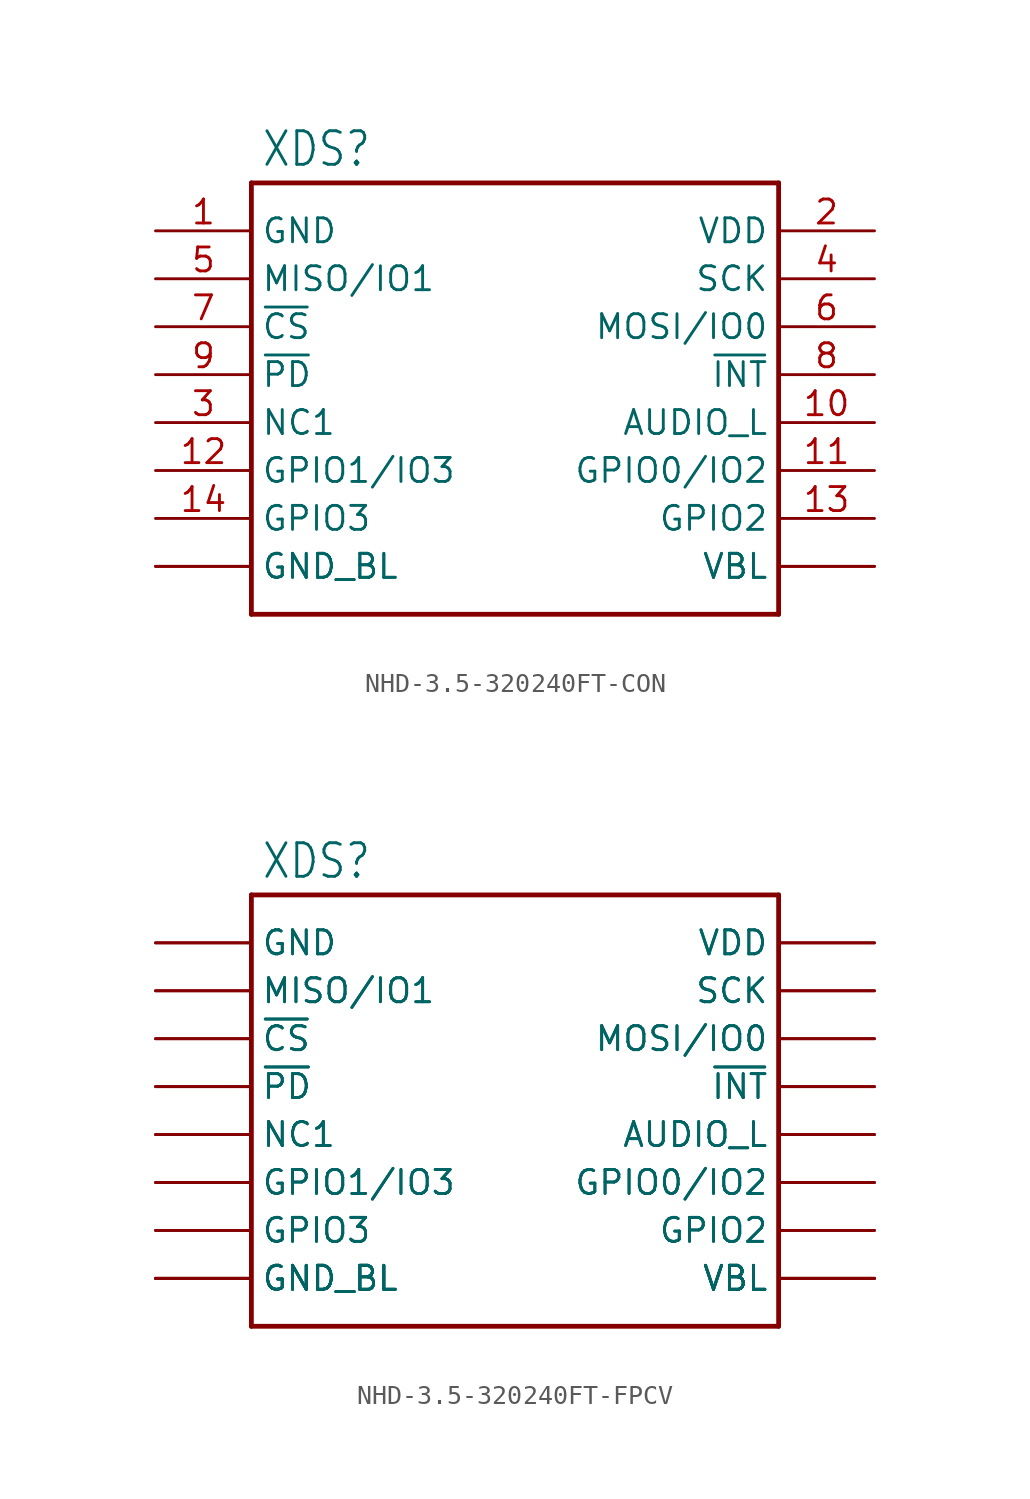
<source format=kicad_sym>
(kicad_symbol_lib
  (version 20231120)
  (generator "kicad_symbol_editor")
  (generator_version "8.0")
  (symbol "NHD-3.5-320240FT-CON"
    (property "Reference" "XDS"
      (at -12.192 16.002 0)
      (effects (font (size 1.778 1.511)) (justify left bottom)))
    (property "Value" ""
      (at 5.334 16.002 0)
      (effects (font (size 1.778 1.511)) (justify left bottom)))
    (property "ki_locked" ""
      (at 0 0 0)
      (effects (font (size 1.27 1.27))))
    (symbol "NHD-3.5-320240FT-CON_1_0"
      (polyline (pts (xy -12.7 -7.62) (xy 15.24 -7.62)) (stroke (width 0.254) (type solid)) (fill (type none)))
      (polyline (pts (xy -12.7 15.24) (xy -12.7 -7.62)) (stroke (width 0.254) (type solid)) (fill (type none)))
      (polyline (pts (xy 15.24 -7.62) (xy 15.24 15.24)) (stroke (width 0.254) (type solid)) (fill (type none)))
      (polyline (pts (xy 15.24 15.24) (xy -12.7 15.24)) (stroke (width 0.254) (type solid)) (fill (type none)))
      (pin power_in line (at -17.78 12.7 0) (length 5.08) (name "GND" (effects (font (size 1.27 1.27)))) (number "1" (effects (font (size 1.27 1.27)))))
      (pin bidirectional line (at 20.32 2.54 180) (length 5.08) (name "AUDIO_L" (effects (font (size 1.27 1.27)))) (number "10" (effects (font (size 1.27 1.27)))))
      (pin bidirectional line (at 20.32 0 180) (length 5.08) (name "GPIO0/IO2" (effects (font (size 1.27 1.27)))) (number "11" (effects (font (size 1.27 1.27)))))
      (pin bidirectional line (at -17.78 0 0) (length 5.08) (name "GPIO1/IO3" (effects (font (size 1.27 1.27)))) (number "12" (effects (font (size 1.27 1.27)))))
      (pin bidirectional line (at 20.32 -2.54 180) (length 5.08) (name "GPIO2" (effects (font (size 1.27 1.27)))) (number "13" (effects (font (size 1.27 1.27)))))
      (pin bidirectional line (at -17.78 -2.54 0) (length 5.08) (name "GPIO3" (effects (font (size 1.27 1.27)))) (number "14" (effects (font (size 1.27 1.27)))))
      (pin power_in line (at 20.32 -5.08 180) (length 5.08) (name "VBL" (effects (font (size 1.27 1.27)))) (number "15" (effects (font (size 0 0)))))
      (pin bidirectional line (at -17.78 -5.08 0) (length 5.08) (name "GND_BL" (effects (font (size 1.27 1.27)))) (number "16" (effects (font (size 0 0)))))
      (pin power_in line (at 20.32 -5.08 180) (length 5.08) (name "VBL" (effects (font (size 1.27 1.27)))) (number "17" (effects (font (size 0 0)))))
      (pin bidirectional line (at -17.78 -5.08 0) (length 5.08) (name "GND_BL" (effects (font (size 1.27 1.27)))) (number "18" (effects (font (size 0 0)))))
      (pin power_in line (at 20.32 12.7 180) (length 5.08) (name "VDD" (effects (font (size 1.27 1.27)))) (number "2" (effects (font (size 1.27 1.27)))))
      (pin bidirectional line (at -17.78 2.54 0) (length 5.08) (name "NC1" (effects (font (size 1.27 1.27)))) (number "3" (effects (font (size 1.27 1.27)))))
      (pin bidirectional line (at 20.32 10.16 180) (length 5.08) (name "SCK" (effects (font (size 1.27 1.27)))) (number "4" (effects (font (size 1.27 1.27)))))
      (pin bidirectional line (at -17.78 10.16 0) (length 5.08) (name "MISO/IO1" (effects (font (size 1.27 1.27)))) (number "5" (effects (font (size 1.27 1.27)))))
      (pin bidirectional line (at 20.32 7.62 180) (length 5.08) (name "MOSI/IO0" (effects (font (size 1.27 1.27)))) (number "6" (effects (font (size 1.27 1.27)))))
      (pin bidirectional line (at -17.78 7.62 0) (length 5.08) (name "~{CS}" (effects (font (size 1.27 1.27)))) (number "7" (effects (font (size 1.27 1.27)))))
      (pin bidirectional line (at 20.32 5.08 180) (length 5.08) (name "~{INT}" (effects (font (size 1.27 1.27)))) (number "8" (effects (font (size 1.27 1.27)))))
      (pin bidirectional line (at -17.78 5.08 0) (length 5.08) (name "~{PD}" (effects (font (size 1.27 1.27)))) (number "9" (effects (font (size 1.27 1.27)))))))
  (symbol "NHD-3.5-320240FT-FPCV"
    (property "Reference" "XDS"
      (at -12.192 16.002 0)
      (effects (font (size 1.778 1.511)) (justify left bottom)))
    (property "Value" ""
      (at 5.334 16.002 0)
      (effects (font (size 1.778 1.511)) (justify left bottom)))
    (property "ki_locked" ""
      (at 0 0 0)
      (effects (font (size 1.27 1.27))))
    (symbol "NHD-3.5-320240FT-FPCV_1_0"
      (polyline (pts (xy -12.7 -7.62) (xy 15.24 -7.62)) (stroke (width 0.254) (type solid)) (fill (type none)))
      (polyline (pts (xy -12.7 15.24) (xy -12.7 -7.62)) (stroke (width 0.254) (type solid)) (fill (type none)))
      (polyline (pts (xy 15.24 -7.62) (xy 15.24 15.24)) (stroke (width 0.254) (type solid)) (fill (type none)))
      (polyline (pts (xy 15.24 15.24) (xy -12.7 15.24)) (stroke (width 0.254) (type solid)) (fill (type none)))
      (pin power_in line (at 20.32 12.7 180) (length 5.08) (name "VDD" (effects (font (size 1.27 1.27)))) (number "A1" (effects (font (size 0 0)))))
      (pin bidirectional line (at -17.78 2.54 0) (length 5.08) (name "NC1" (effects (font (size 1.27 1.27)))) (number "A10" (effects (font (size 0 0)))))
      (pin bidirectional line (at 20.32 0 180) (length 5.08) (name "GPIO0/IO2" (effects (font (size 1.27 1.27)))) (number "A11" (effects (font (size 0 0)))))
      (pin bidirectional line (at -17.78 0 0) (length 5.08) (name "GPIO1/IO3" (effects (font (size 1.27 1.27)))) (number "A12" (effects (font (size 0 0)))))
      (pin bidirectional line (at 20.32 -2.54 180) (length 5.08) (name "GPIO2" (effects (font (size 1.27 1.27)))) (number "A13" (effects (font (size 0 0)))))
      (pin bidirectional line (at -17.78 -2.54 0) (length 5.08) (name "GPIO3" (effects (font (size 1.27 1.27)))) (number "A14" (effects (font (size 0 0)))))
      (pin power_in line (at 20.32 -5.08 180) (length 5.08) (name "VBL" (effects (font (size 1.27 1.27)))) (number "A17" (effects (font (size 0 0)))))
      (pin power_in line (at 20.32 -5.08 180) (length 5.08) (name "VBL" (effects (font (size 1.27 1.27)))) (number "A18" (effects (font (size 0 0)))))
      (pin bidirectional line (at -17.78 -5.08 0) (length 5.08) (name "GND_BL" (effects (font (size 1.27 1.27)))) (number "A19" (effects (font (size 0 0)))))
      (pin power_in line (at -17.78 12.7 0) (length 5.08) (name "GND" (effects (font (size 1.27 1.27)))) (number "A2" (effects (font (size 0 0)))))
      (pin bidirectional line (at -17.78 -5.08 0) (length 5.08) (name "GND_BL" (effects (font (size 1.27 1.27)))) (number "A20" (effects (font (size 0 0)))))
      (pin bidirectional line (at 20.32 10.16 180) (length 5.08) (name "SCK" (effects (font (size 1.27 1.27)))) (number "A3" (effects (font (size 0 0)))))
      (pin bidirectional line (at -17.78 10.16 0) (length 5.08) (name "MISO/IO1" (effects (font (size 1.27 1.27)))) (number "A4" (effects (font (size 0 0)))))
      (pin bidirectional line (at 20.32 7.62 180) (length 5.08) (name "MOSI/IO0" (effects (font (size 1.27 1.27)))) (number "A5" (effects (font (size 0 0)))))
      (pin bidirectional line (at -17.78 7.62 0) (length 5.08) (name "~{CS}" (effects (font (size 1.27 1.27)))) (number "A6" (effects (font (size 0 0)))))
      (pin bidirectional line (at 20.32 5.08 180) (length 5.08) (name "~{INT}" (effects (font (size 1.27 1.27)))) (number "A7" (effects (font (size 0 0)))))
      (pin bidirectional line (at -17.78 5.08 0) (length 5.08) (name "~{PD}" (effects (font (size 1.27 1.27)))) (number "A8" (effects (font (size 0 0)))))
      (pin bidirectional line (at 20.32 2.54 180) (length 5.08) (name "AUDIO_L" (effects (font (size 1.27 1.27)))) (number "A9" (effects (font (size 0 0)))))
      (pin power_in line (at 20.32 12.7 180) (length 5.08) (name "VDD" (effects (font (size 1.27 1.27)))) (number "B1" (effects (font (size 0 0)))))
      (pin bidirectional line (at -17.78 2.54 0) (length 5.08) (name "NC1" (effects (font (size 1.27 1.27)))) (number "B10" (effects (font (size 0 0)))))
      (pin bidirectional line (at 20.32 0 180) (length 5.08) (name "GPIO0/IO2" (effects (font (size 1.27 1.27)))) (number "B11" (effects (font (size 0 0)))))
      (pin bidirectional line (at -17.78 0 0) (length 5.08) (name "GPIO1/IO3" (effects (font (size 1.27 1.27)))) (number "B12" (effects (font (size 0 0)))))
      (pin bidirectional line (at 20.32 -2.54 180) (length 5.08) (name "GPIO2" (effects (font (size 1.27 1.27)))) (number "B13" (effects (font (size 0 0)))))
      (pin bidirectional line (at -17.78 -2.54 0) (length 5.08) (name "GPIO3" (effects (font (size 1.27 1.27)))) (number "B14" (effects (font (size 0 0)))))
      (pin power_in line (at 20.32 -5.08 180) (length 5.08) (name "VBL" (effects (font (size 1.27 1.27)))) (number "B17" (effects (font (size 0 0)))))
      (pin power_in line (at 20.32 -5.08 180) (length 5.08) (name "VBL" (effects (font (size 1.27 1.27)))) (number "B18" (effects (font (size 0 0)))))
      (pin bidirectional line (at -17.78 -5.08 0) (length 5.08) (name "GND_BL" (effects (font (size 1.27 1.27)))) (number "B19" (effects (font (size 0 0)))))
      (pin power_in line (at -17.78 12.7 0) (length 5.08) (name "GND" (effects (font (size 1.27 1.27)))) (number "B2" (effects (font (size 0 0)))))
      (pin bidirectional line (at -17.78 -5.08 0) (length 5.08) (name "GND_BL" (effects (font (size 1.27 1.27)))) (number "B20" (effects (font (size 0 0)))))
      (pin bidirectional line (at 20.32 10.16 180) (length 5.08) (name "SCK" (effects (font (size 1.27 1.27)))) (number "B3" (effects (font (size 0 0)))))
      (pin bidirectional line (at -17.78 10.16 0) (length 5.08) (name "MISO/IO1" (effects (font (size 1.27 1.27)))) (number "B4" (effects (font (size 0 0)))))
      (pin bidirectional line (at 20.32 7.62 180) (length 5.08) (name "MOSI/IO0" (effects (font (size 1.27 1.27)))) (number "B5" (effects (font (size 0 0)))))
      (pin bidirectional line (at -17.78 7.62 0) (length 5.08) (name "~{CS}" (effects (font (size 1.27 1.27)))) (number "B6" (effects (font (size 0 0)))))
      (pin bidirectional line (at 20.32 5.08 180) (length 5.08) (name "~{INT}" (effects (font (size 1.27 1.27)))) (number "B7" (effects (font (size 0 0)))))
      (pin bidirectional line (at -17.78 5.08 0) (length 5.08) (name "~{PD}" (effects (font (size 1.27 1.27)))) (number "B8" (effects (font (size 0 0)))))
      (pin bidirectional line (at 20.32 2.54 180) (length 5.08) (name "AUDIO_L" (effects (font (size 1.27 1.27)))) (number "B9" (effects (font (size 0 0))))))))
</source>
